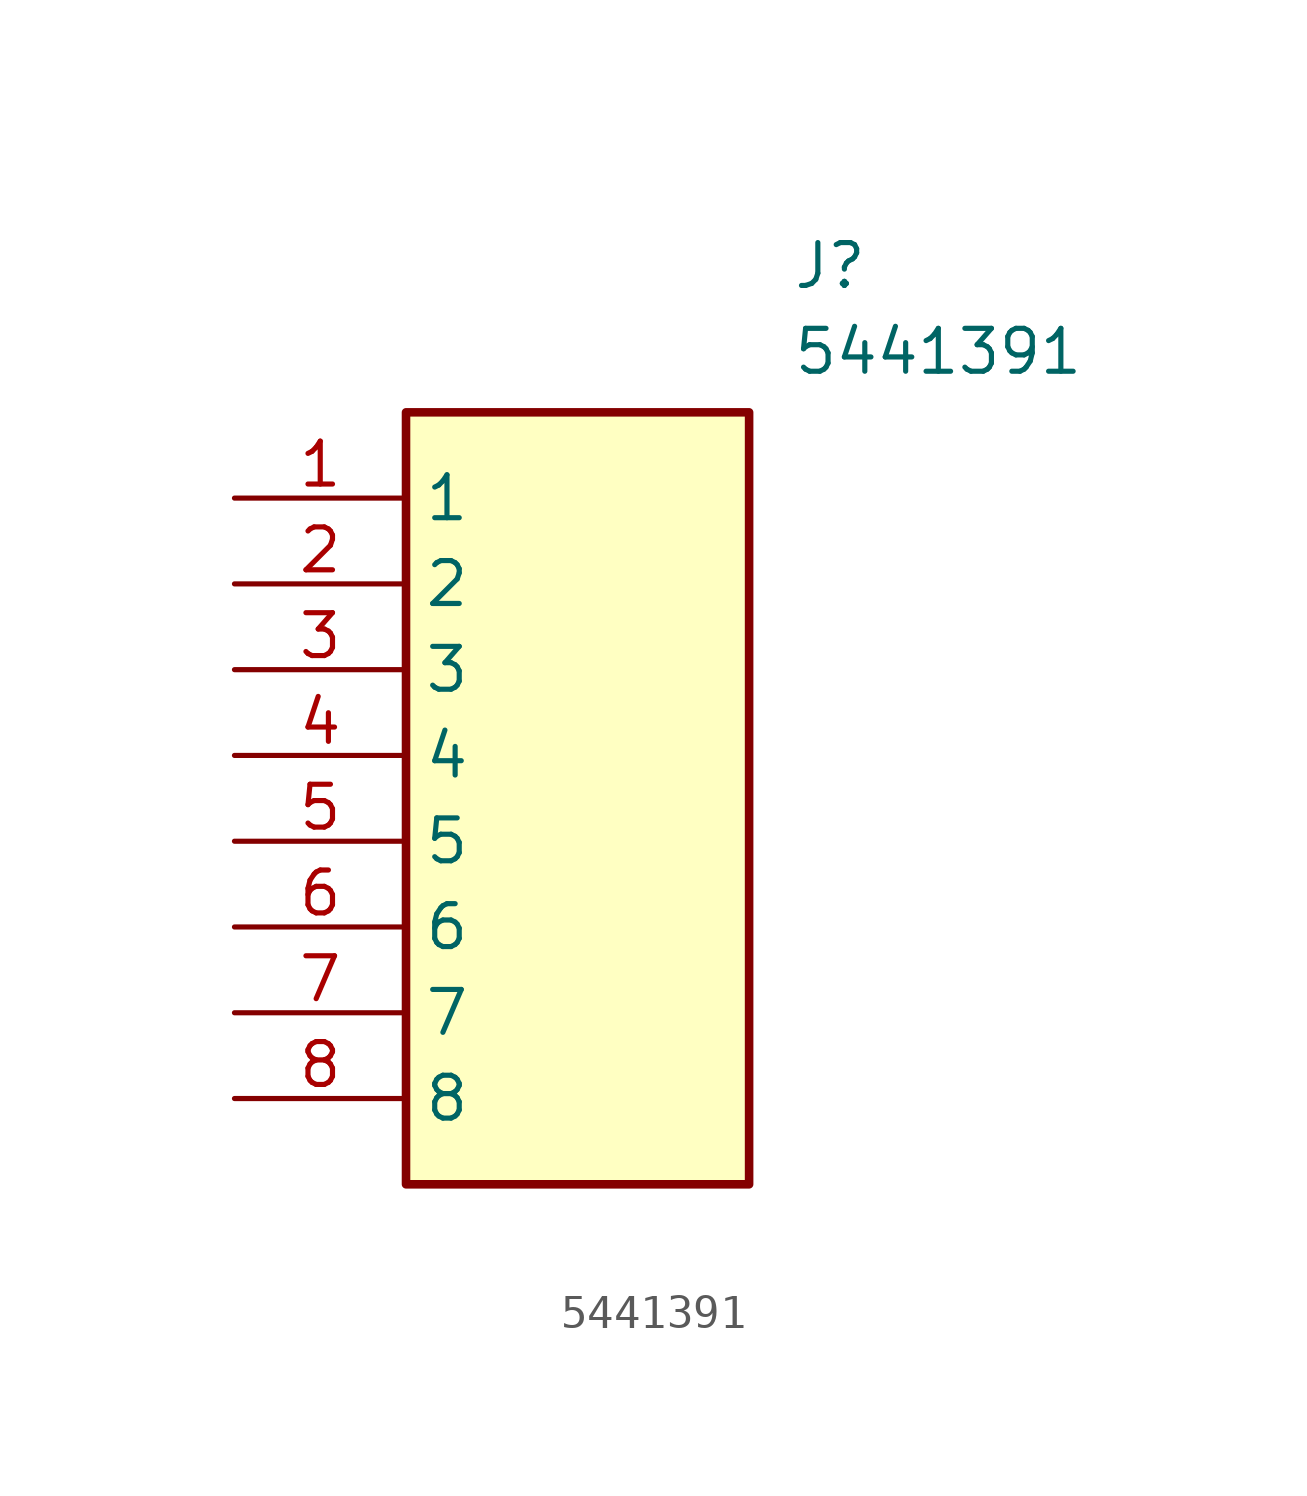
<source format=kicad_sym>
(kicad_symbol_lib
  (version 20211014)
  (generator SamacSys_ECAD_Model)
  (symbol "5441391"
    (property "Reference" "J"
      (at 16.51 7.62 0)
      (effects (font (size 1.27 1.27)) (justify left top)))
    (property "Value" "5441391"
      (at 16.51 5.08 0)
      (effects (font (size 1.27 1.27)) (justify left top)))
    (rectangle
      (start 5.08 2.54)
      (end 15.24 -20.32)
      (stroke (width 0.254) (type default))
      (fill (type background)))
    (pin passive line
      (at 0 0 0)
      (length 5.08)
      (name "1" (effects (font (size 1.27 1.27))))
      (number "1" (effects (font (size 1.27 1.27)))))
    (pin passive line
      (at 0 -2.54 0)
      (length 5.08)
      (name "2" (effects (font (size 1.27 1.27))))
      (number "2" (effects (font (size 1.27 1.27)))))
    (pin passive line
      (at 0 -5.08 0)
      (length 5.08)
      (name "3" (effects (font (size 1.27 1.27))))
      (number "3" (effects (font (size 1.27 1.27)))))
    (pin passive line
      (at 0 -7.62 0)
      (length 5.08)
      (name "4" (effects (font (size 1.27 1.27))))
      (number "4" (effects (font (size 1.27 1.27)))))
    (pin passive line
      (at 0 -10.16 0)
      (length 5.08)
      (name "5" (effects (font (size 1.27 1.27))))
      (number "5" (effects (font (size 1.27 1.27)))))
    (pin passive line
      (at 0 -12.7 0)
      (length 5.08)
      (name "6" (effects (font (size 1.27 1.27))))
      (number "6" (effects (font (size 1.27 1.27)))))
    (pin passive line
      (at 0 -15.24 0)
      (length 5.08)
      (name "7" (effects (font (size 1.27 1.27))))
      (number "7" (effects (font (size 1.27 1.27)))))
    (pin passive line
      (at 0 -17.78 0)
      (length 5.08)
      (name "8" (effects (font (size 1.27 1.27))))
      (number "8" (effects (font (size 1.27 1.27)))))))
</source>
